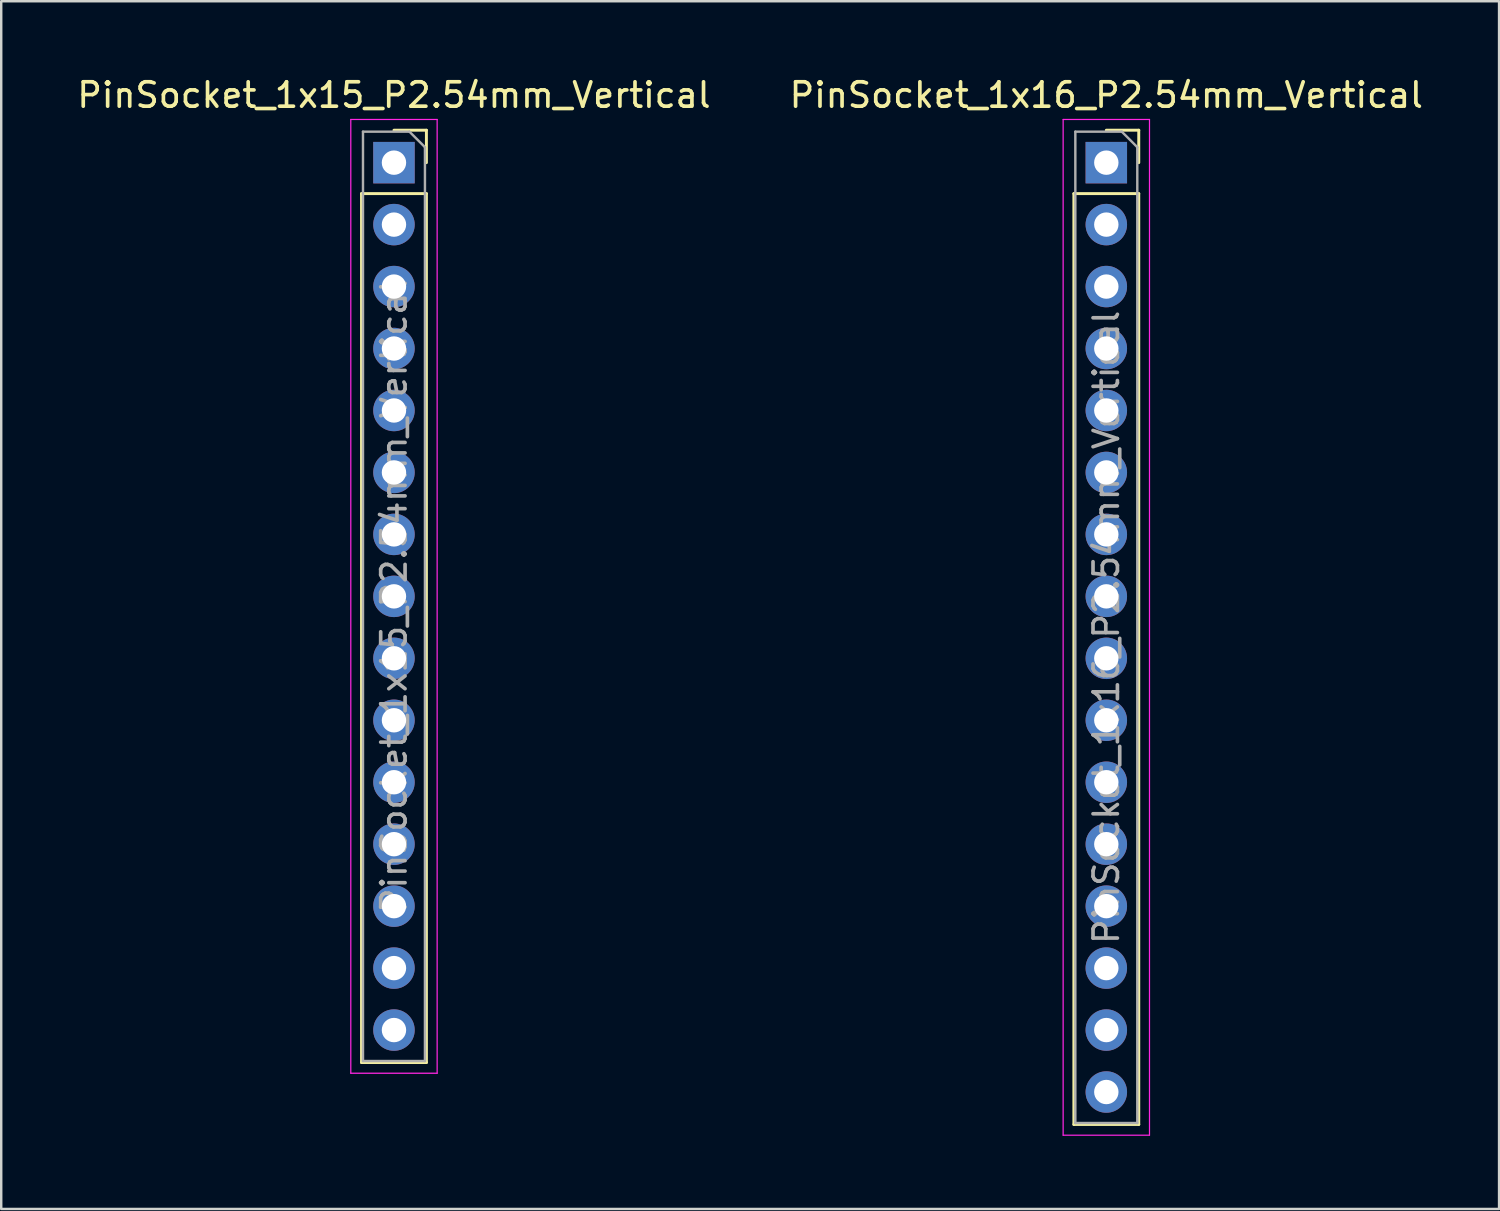
<source format=kicad_pcb>
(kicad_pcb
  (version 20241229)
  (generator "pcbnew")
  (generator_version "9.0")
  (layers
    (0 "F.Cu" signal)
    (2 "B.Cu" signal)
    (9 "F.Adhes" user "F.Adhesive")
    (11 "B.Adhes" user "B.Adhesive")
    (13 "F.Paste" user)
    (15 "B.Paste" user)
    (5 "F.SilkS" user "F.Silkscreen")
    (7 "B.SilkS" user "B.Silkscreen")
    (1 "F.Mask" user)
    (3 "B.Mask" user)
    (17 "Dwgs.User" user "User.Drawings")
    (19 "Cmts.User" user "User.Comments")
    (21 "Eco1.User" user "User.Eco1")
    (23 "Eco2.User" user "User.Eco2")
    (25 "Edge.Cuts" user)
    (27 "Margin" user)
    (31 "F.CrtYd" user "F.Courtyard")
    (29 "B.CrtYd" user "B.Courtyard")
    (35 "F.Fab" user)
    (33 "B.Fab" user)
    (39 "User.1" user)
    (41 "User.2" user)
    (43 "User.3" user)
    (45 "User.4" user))
  (footprint "PinSocket_1x16_P2.54mm_Vertical"
    (layer "F.Cu")
    (at 42.304 3.618)
    (property "Reference" "PinSocket_1x16_P2.54mm_Vertical" (at 0 -2.77 0) (layer "F.SilkS") (effects (font (size 1 1) (thickness 0.15))))
    (attr through_hole)
    (fp_line (start -1.33 1.27) (end -1.33 39.43) (stroke (width 0.12) (type solid)) (layer "F.SilkS"))
    (fp_line (start -1.33 1.27) (end 1.33 1.27) (stroke (width 0.12) (type solid)) (layer "F.SilkS"))
    (fp_line (start -1.33 39.43) (end 1.33 39.43) (stroke (width 0.12) (type solid)) (layer "F.SilkS"))
    (fp_line (start 0 -1.33) (end 1.33 -1.33) (stroke (width 0.12) (type solid)) (layer "F.SilkS"))
    (fp_line (start 1.33 -1.33) (end 1.33 0) (stroke (width 0.12) (type solid)) (layer "F.SilkS"))
    (fp_line (start 1.33 1.27) (end 1.33 39.43) (stroke (width 0.12) (type solid)) (layer "F.SilkS"))
    (fp_line (start -1.77 -1.77) (end 1.77 -1.77) (stroke (width 0.05) (type solid)) (layer "F.CrtYd"))
    (fp_line (start -1.77 39.87) (end -1.77 -1.77) (stroke (width 0.05) (type solid)) (layer "F.CrtYd"))
    (fp_line (start 1.77 -1.77) (end 1.77 39.87) (stroke (width 0.05) (type solid)) (layer "F.CrtYd"))
    (fp_line (start 1.77 39.87) (end -1.77 39.87) (stroke (width 0.05) (type solid)) (layer "F.CrtYd"))
    (fp_line (start -1.27 -1.27) (end 0.635 -1.27) (stroke (width 0.1) (type solid)) (layer "F.Fab"))
    (fp_line (start -1.27 39.37) (end -1.27 -1.27) (stroke (width 0.1) (type solid)) (layer "F.Fab"))
    (fp_line (start 0.635 -1.27) (end 1.27 -0.635) (stroke (width 0.1) (type solid)) (layer "F.Fab"))
    (fp_line (start 1.27 -0.635) (end 1.27 39.37) (stroke (width 0.1) (type solid)) (layer "F.Fab"))
    (fp_line (start 1.27 39.37) (end -1.27 39.37) (stroke (width 0.1) (type solid)) (layer "F.Fab"))
    (fp_text user "${REFERENCE}" (at 0 19.05 90) (layer "F.Fab") (effects (font (size 1 1) (thickness 0.15))))
    (pad "1" thru_hole rect (at 0 0) (size 1.7 1.7) (drill 1) (layers "*.Cu" "*.Mask"))
    (pad "2" thru_hole circle (at 0 2.54) (size 1.7 1.7) (drill 1) (layers "*.Cu" "*.Mask"))
    (pad "3" thru_hole circle (at 0 5.08) (size 1.7 1.7) (drill 1) (layers "*.Cu" "*.Mask"))
    (pad "4" thru_hole circle (at 0 7.62) (size 1.7 1.7) (drill 1) (layers "*.Cu" "*.Mask"))
    (pad "5" thru_hole circle (at 0 10.16) (size 1.7 1.7) (drill 1) (layers "*.Cu" "*.Mask"))
    (pad "6" thru_hole circle (at 0 12.7) (size 1.7 1.7) (drill 1) (layers "*.Cu" "*.Mask"))
    (pad "7" thru_hole circle (at 0 15.24) (size 1.7 1.7) (drill 1) (layers "*.Cu" "*.Mask"))
    (pad "8" thru_hole circle (at 0 17.78) (size 1.7 1.7) (drill 1) (layers "*.Cu" "*.Mask"))
    (pad "9" thru_hole circle (at 0 20.32) (size 1.7 1.7) (drill 1) (layers "*.Cu" "*.Mask"))
    (pad "10" thru_hole circle (at 0 22.86) (size 1.7 1.7) (drill 1) (layers "*.Cu" "*.Mask"))
    (pad "11" thru_hole circle (at 0 25.4) (size 1.7 1.7) (drill 1) (layers "*.Cu" "*.Mask"))
    (pad "12" thru_hole circle (at 0 27.94) (size 1.7 1.7) (drill 1) (layers "*.Cu" "*.Mask"))
    (pad "13" thru_hole circle (at 0 30.48) (size 1.7 1.7) (drill 1) (layers "*.Cu" "*.Mask"))
    (pad "14" thru_hole circle (at 0 33.02) (size 1.7 1.7) (drill 1) (layers "*.Cu" "*.Mask"))
    (pad "15" thru_hole circle (at 0 35.56) (size 1.7 1.7) (drill 1) (layers "*.Cu" "*.Mask"))
    (pad "16" thru_hole circle (at 0 38.1) (size 1.7 1.7) (drill 1) (layers "*.Cu" "*.Mask")))
  (footprint "PinSocket_1x15_P2.54mm_Vertical"
    (layer "F.Cu")
    (at 13.101 3.618)
    (property "Reference" "PinSocket_1x15_P2.54mm_Vertical" (at 0 -2.77 0) (layer "F.SilkS") (effects (font (size 1 1) (thickness 0.15))))
    (attr through_hole)
    (fp_line (start -1.33 1.27) (end -1.33 36.89) (stroke (width 0.12) (type solid)) (layer "F.SilkS"))
    (fp_line (start -1.33 1.27) (end 1.33 1.27) (stroke (width 0.12) (type solid)) (layer "F.SilkS"))
    (fp_line (start -1.33 36.89) (end 1.33 36.89) (stroke (width 0.12) (type solid)) (layer "F.SilkS"))
    (fp_line (start 0 -1.33) (end 1.33 -1.33) (stroke (width 0.12) (type solid)) (layer "F.SilkS"))
    (fp_line (start 1.33 -1.33) (end 1.33 0) (stroke (width 0.12) (type solid)) (layer "F.SilkS"))
    (fp_line (start 1.33 1.27) (end 1.33 36.89) (stroke (width 0.12) (type solid)) (layer "F.SilkS"))
    (fp_line (start -1.77 -1.77) (end 1.77 -1.77) (stroke (width 0.05) (type solid)) (layer "F.CrtYd"))
    (fp_line (start -1.77 37.33) (end -1.77 -1.77) (stroke (width 0.05) (type solid)) (layer "F.CrtYd"))
    (fp_line (start 1.77 -1.77) (end 1.77 37.33) (stroke (width 0.05) (type solid)) (layer "F.CrtYd"))
    (fp_line (start 1.77 37.33) (end -1.77 37.33) (stroke (width 0.05) (type solid)) (layer "F.CrtYd"))
    (fp_line (start -1.27 -1.27) (end 0.635 -1.27) (stroke (width 0.1) (type solid)) (layer "F.Fab"))
    (fp_line (start -1.27 36.83) (end -1.27 -1.27) (stroke (width 0.1) (type solid)) (layer "F.Fab"))
    (fp_line (start 0.635 -1.27) (end 1.27 -0.635) (stroke (width 0.1) (type solid)) (layer "F.Fab"))
    (fp_line (start 1.27 -0.635) (end 1.27 36.83) (stroke (width 0.1) (type solid)) (layer "F.Fab"))
    (fp_line (start 1.27 36.83) (end -1.27 36.83) (stroke (width 0.1) (type solid)) (layer "F.Fab"))
    (fp_text user "${REFERENCE}" (at 0 17.78 90) (layer "F.Fab") (effects (font (size 1 1) (thickness 0.15))))
    (pad "1" thru_hole rect (at 0 0) (size 1.7 1.7) (drill 1) (layers "*.Cu" "*.Mask"))
    (pad "2" thru_hole circle (at 0 2.54) (size 1.7 1.7) (drill 1) (layers "*.Cu" "*.Mask"))
    (pad "3" thru_hole circle (at 0 5.08) (size 1.7 1.7) (drill 1) (layers "*.Cu" "*.Mask"))
    (pad "4" thru_hole circle (at 0 7.62) (size 1.7 1.7) (drill 1) (layers "*.Cu" "*.Mask"))
    (pad "5" thru_hole circle (at 0 10.16) (size 1.7 1.7) (drill 1) (layers "*.Cu" "*.Mask"))
    (pad "6" thru_hole circle (at 0 12.7) (size 1.7 1.7) (drill 1) (layers "*.Cu" "*.Mask"))
    (pad "7" thru_hole circle (at 0 15.24) (size 1.7 1.7) (drill 1) (layers "*.Cu" "*.Mask"))
    (pad "8" thru_hole circle (at 0 17.78) (size 1.7 1.7) (drill 1) (layers "*.Cu" "*.Mask"))
    (pad "9" thru_hole circle (at 0 20.32) (size 1.7 1.7) (drill 1) (layers "*.Cu" "*.Mask"))
    (pad "10" thru_hole circle (at 0 22.86) (size 1.7 1.7) (drill 1) (layers "*.Cu" "*.Mask"))
    (pad "11" thru_hole circle (at 0 25.4) (size 1.7 1.7) (drill 1) (layers "*.Cu" "*.Mask"))
    (pad "12" thru_hole circle (at 0 27.94) (size 1.7 1.7) (drill 1) (layers "*.Cu" "*.Mask"))
    (pad "13" thru_hole circle (at 0 30.48) (size 1.7 1.7) (drill 1) (layers "*.Cu" "*.Mask"))
    (pad "14" thru_hole circle (at 0 33.02) (size 1.7 1.7) (drill 1) (layers "*.Cu" "*.Mask"))
    (pad "15" thru_hole circle (at 0 35.56) (size 1.7 1.7) (drill 1) (layers "*.Cu" "*.Mask")))
  (gr_rect
    (start -3 -3)
    (end 58.405 46.513)
    (stroke (width 0.1) (type default))
    (fill no)
    (layer "Edge.Cuts")))
</source>
